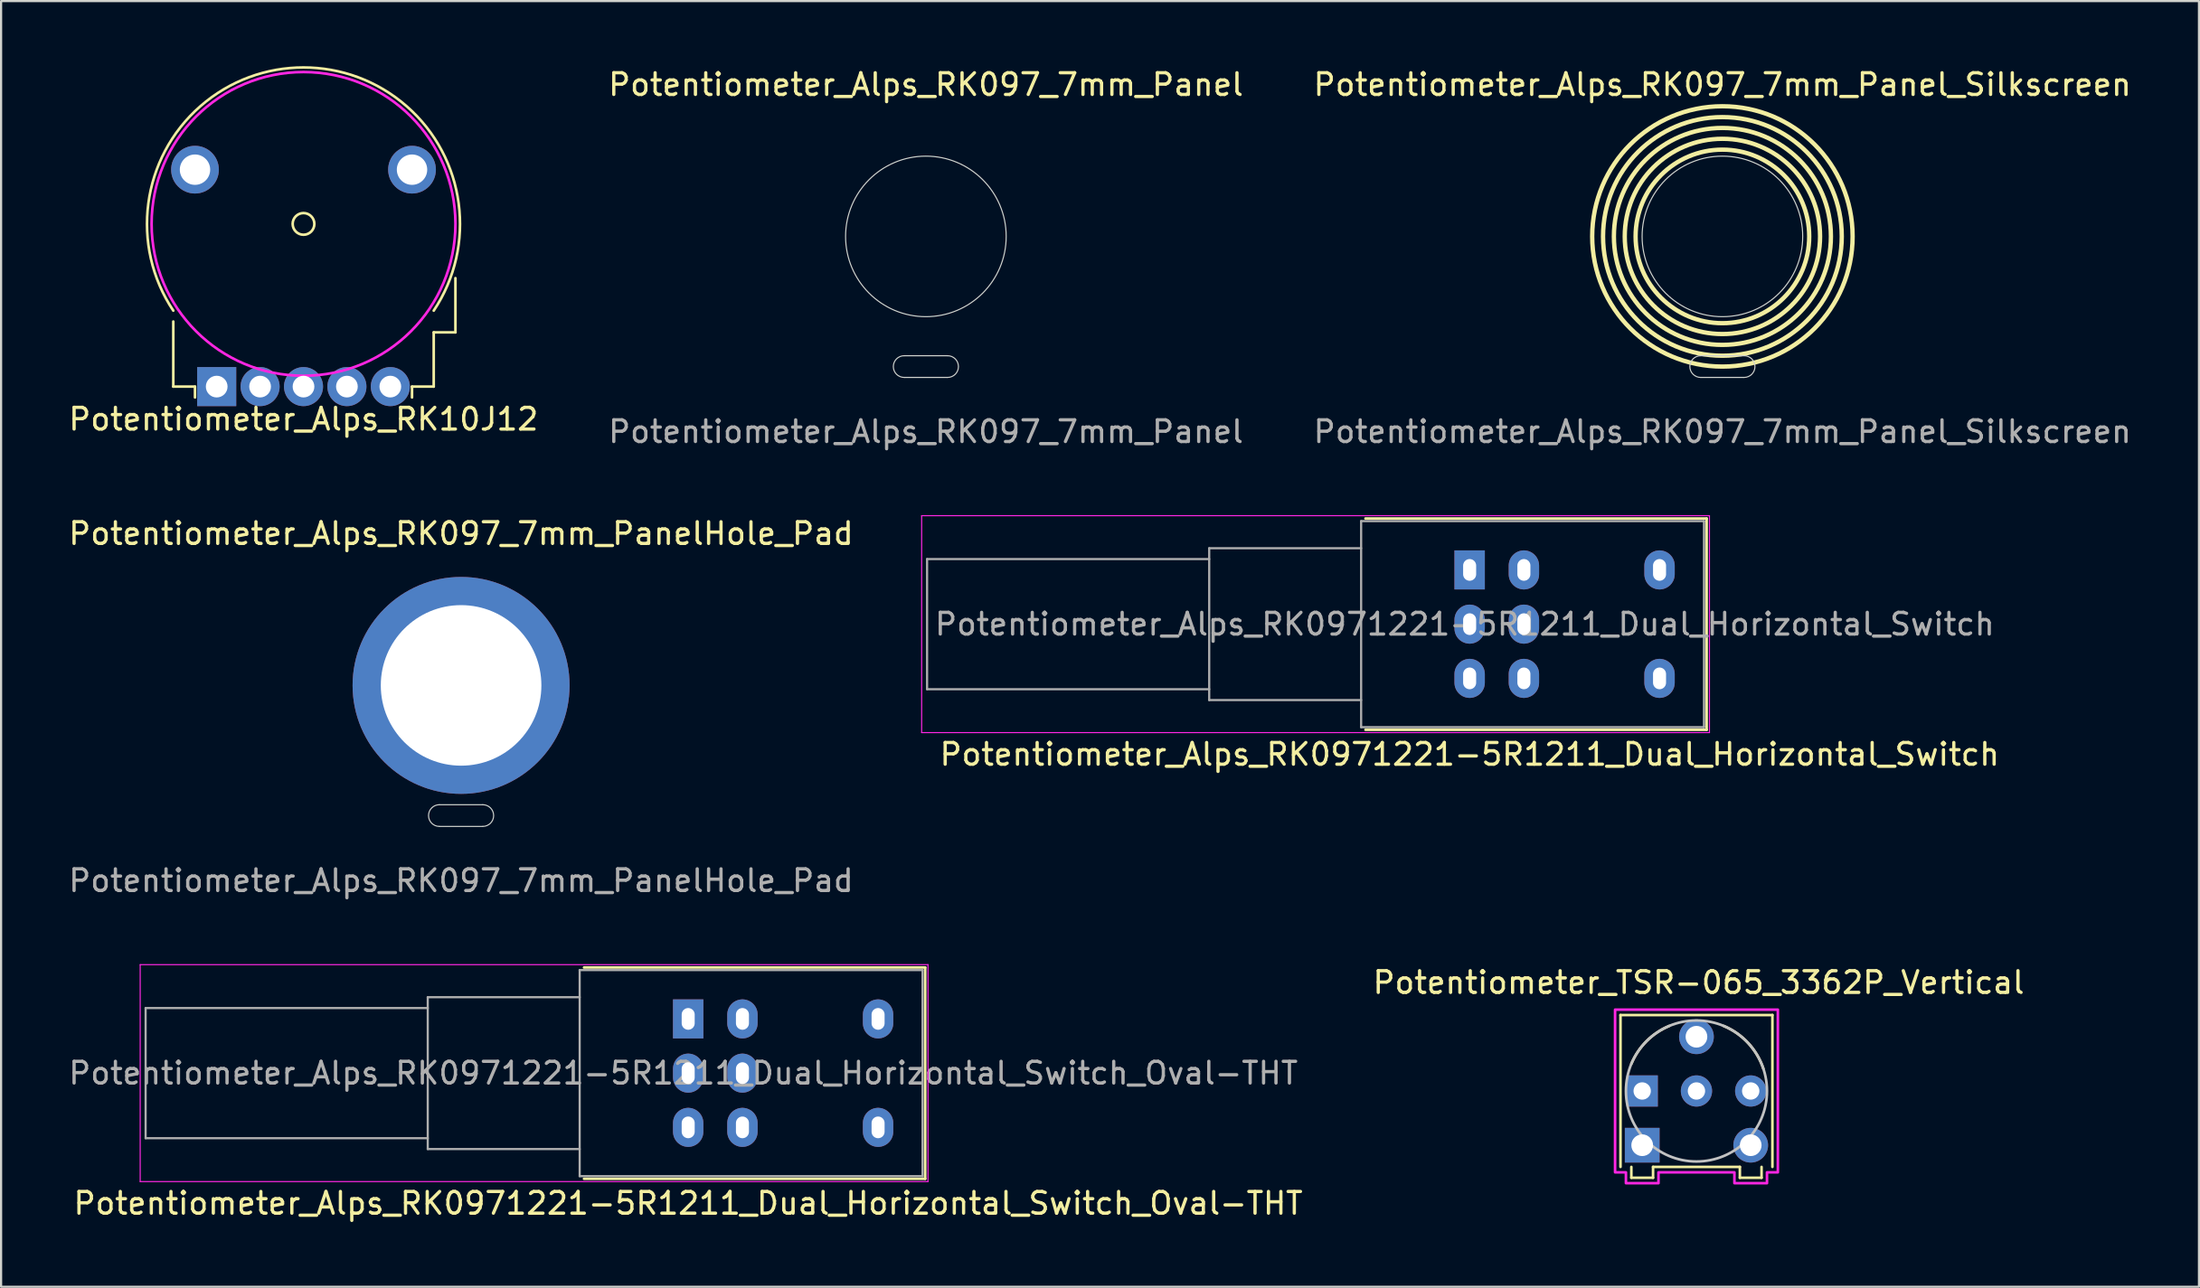
<source format=kicad_pcb>
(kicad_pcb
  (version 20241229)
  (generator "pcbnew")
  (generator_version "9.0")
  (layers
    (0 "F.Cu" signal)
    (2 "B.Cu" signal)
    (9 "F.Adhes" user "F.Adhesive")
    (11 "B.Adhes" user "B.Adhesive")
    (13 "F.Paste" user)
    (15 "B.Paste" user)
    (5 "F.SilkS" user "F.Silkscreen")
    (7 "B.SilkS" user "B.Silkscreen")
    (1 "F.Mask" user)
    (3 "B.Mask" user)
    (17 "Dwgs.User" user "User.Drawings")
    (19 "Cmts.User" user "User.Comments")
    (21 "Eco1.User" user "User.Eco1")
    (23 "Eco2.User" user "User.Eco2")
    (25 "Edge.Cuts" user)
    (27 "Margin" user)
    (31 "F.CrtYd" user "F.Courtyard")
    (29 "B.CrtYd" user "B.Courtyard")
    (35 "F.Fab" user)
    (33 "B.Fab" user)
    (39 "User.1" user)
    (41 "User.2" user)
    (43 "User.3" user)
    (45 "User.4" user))
  (footprint "Potentiometer_Alps_RK0971221-5R1211_Dual_Horizontal_Switch"
    (layer "F.Cu")
    (at 59.668 25.721)
    (property "Reference" "Potentiometer_Alps_RK0971221-5R1211_Dual_Horizontal_Switch" (at 5 6 180) (layer "F.SilkS") (effects (font (size 1 1) (thickness 0.15))))
    (attr through_hole)
    (fp_line (start 15.921 -4.87) (end 0.2 -4.87) (stroke (width 0.12) (type solid)) (layer "F.SilkS"))
    (fp_line (start 15.921 4.87) (end 0.2 4.87) (stroke (width 0.12) (type solid)) (layer "F.SilkS"))
    (fp_line (start 15.921 4.87) (end 15.921 -4.87) (stroke (width 0.12) (type solid)) (layer "F.SilkS"))
    (fp_line (start -20.25 -5) (end -20.25 5) (stroke (width 0.05) (type solid)) (layer "F.CrtYd"))
    (fp_line (start -20.25 5) (end 16.05 5) (stroke (width 0.05) (type solid)) (layer "F.CrtYd"))
    (fp_line (start 16.05 -5) (end -20.25 -5) (stroke (width 0.05) (type solid)) (layer "F.CrtYd"))
    (fp_line (start 16.05 5) (end 16.05 -5) (stroke (width 0.05) (type solid)) (layer "F.CrtYd"))
    (fp_line (start -20 -3) (end -20 3) (stroke (width 0.1) (type solid)) (layer "F.Fab"))
    (fp_line (start -20 3) (end -7 3) (stroke (width 0.1) (type solid)) (layer "F.Fab"))
    (fp_line (start -7 -3.5) (end -7 3.5) (stroke (width 0.1) (type solid)) (layer "F.Fab"))
    (fp_line (start -7 -3) (end -20 -3) (stroke (width 0.1) (type solid)) (layer "F.Fab"))
    (fp_line (start -7 3.5) (end 0 3.5) (stroke (width 0.1) (type solid)) (layer "F.Fab"))
    (fp_line (start 0 -4.75) (end 0 4.75) (stroke (width 0.1) (type solid)) (layer "F.Fab"))
    (fp_line (start 0 -3.5) (end -7 -3.5) (stroke (width 0.1) (type solid)) (layer "F.Fab"))
    (fp_line (start 0 4.75) (end 15.8 4.75) (stroke (width 0.1) (type solid)) (layer "F.Fab"))
    (fp_line (start 15.8 -4.75) (end 0 -4.75) (stroke (width 0.1) (type solid)) (layer "F.Fab"))
    (fp_line (start 15.8 4.75) (end 15.8 -4.75) (stroke (width 0.1) (type solid)) (layer "F.Fab"))
    (fp_text user "${REFERENCE}" (at 4.775 0 180) (layer "F.Fab") (effects (font (size 1 1) (thickness 0.15))))
    (pad "1" thru_hole rect (at 5 -2.5 180) (size 1.4 1.8) (drill oval 0.6 1) (layers "*.Cu" "*.Mask"))
    (pad "2" thru_hole oval (at 5 0 180) (size 1.4 1.8) (drill oval 0.6 1) (layers "*.Cu" "*.Mask"))
    (pad "3" thru_hole oval (at 5 2.5 180) (size 1.4 1.8) (drill oval 0.6 1) (layers "*.Cu" "*.Mask"))
    (pad "4" thru_hole oval (at 7.5 -2.5 180) (size 1.4 1.8) (drill oval 0.6 1) (layers "*.Cu" "*.Mask"))
    (pad "5" thru_hole oval (at 7.5 0 180) (size 1.4 1.8) (drill oval 0.6 1) (layers "*.Cu" "*.Mask"))
    (pad "6" thru_hole oval (at 7.5 2.5 180) (size 1.4 1.8) (drill oval 0.6 1) (layers "*.Cu" "*.Mask"))
    (pad "7" thru_hole oval (at 13.75 -2.5 180) (size 1.4 1.8) (drill oval 0.6 1) (layers "*.Cu" "*.Mask"))
    (pad "8" thru_hole oval (at 13.75 2.5 180) (size 1.4 1.8) (drill oval 0.6 1) (layers "*.Cu" "*.Mask")))
  (footprint "Potentiometer_Alps_RK0971221-5R1211_Dual_Horizontal_Switch_Oval-THT"
    (layer "F.Cu")
    (at 23.66 46.418)
    (property "Reference" "Potentiometer_Alps_RK0971221-5R1211_Dual_Horizontal_Switch_Oval-THT" (at 5 6 180) (layer "F.SilkS") (effects (font (size 1 1) (thickness 0.15))))
    (attr through_hole)
    (fp_line (start 15.921 -4.87) (end 0.2 -4.87) (stroke (width 0.12) (type solid)) (layer "F.SilkS"))
    (fp_line (start 15.921 4.87) (end 0.2 4.87) (stroke (width 0.12) (type solid)) (layer "F.SilkS"))
    (fp_line (start 15.921 4.87) (end 15.921 -4.87) (stroke (width 0.12) (type solid)) (layer "F.SilkS"))
    (fp_line (start -20.25 -5) (end -20.25 5) (stroke (width 0.05) (type solid)) (layer "F.CrtYd"))
    (fp_line (start -20.25 5) (end 16.05 5) (stroke (width 0.05) (type solid)) (layer "F.CrtYd"))
    (fp_line (start 16.05 -5) (end -20.25 -5) (stroke (width 0.05) (type solid)) (layer "F.CrtYd"))
    (fp_line (start 16.05 5) (end 16.05 -5) (stroke (width 0.05) (type solid)) (layer "F.CrtYd"))
    (fp_line (start -20 -3) (end -20 3) (stroke (width 0.1) (type solid)) (layer "F.Fab"))
    (fp_line (start -20 3) (end -7 3) (stroke (width 0.1) (type solid)) (layer "F.Fab"))
    (fp_line (start -7 -3.5) (end -7 3.5) (stroke (width 0.1) (type solid)) (layer "F.Fab"))
    (fp_line (start -7 -3) (end -20 -3) (stroke (width 0.1) (type solid)) (layer "F.Fab"))
    (fp_line (start -7 3.5) (end 0 3.5) (stroke (width 0.1) (type solid)) (layer "F.Fab"))
    (fp_line (start 0 -4.75) (end 0 4.75) (stroke (width 0.1) (type solid)) (layer "F.Fab"))
    (fp_line (start 0 -3.5) (end -7 -3.5) (stroke (width 0.1) (type solid)) (layer "F.Fab"))
    (fp_line (start 0 4.75) (end 15.8 4.75) (stroke (width 0.1) (type solid)) (layer "F.Fab"))
    (fp_line (start 15.8 -4.75) (end 0 -4.75) (stroke (width 0.1) (type solid)) (layer "F.Fab"))
    (fp_line (start 15.8 4.75) (end 15.8 -4.75) (stroke (width 0.1) (type solid)) (layer "F.Fab"))
    (fp_text user "${REFERENCE}" (at 4.775 0 180) (layer "F.Fab") (effects (font (size 1 1) (thickness 0.15))))
    (pad "1" thru_hole rect (at 5 -2.5 180) (size 1.4 1.8) (drill oval 0.6 1) (layers "*.Cu" "*.Mask"))
    (pad "2" thru_hole oval (at 5 0 180) (size 1.4 1.8) (drill oval 0.6 1) (layers "*.Cu" "*.Mask"))
    (pad "3" thru_hole oval (at 5 2.5 180) (size 1.4 1.8) (drill oval 0.6 1) (layers "*.Cu" "*.Mask"))
    (pad "4" thru_hole oval (at 7.5 -2.5 180) (size 1.4 1.8) (drill oval 0.6 1) (layers "*.Cu" "*.Mask"))
    (pad "5" thru_hole oval (at 7.5 0 180) (size 1.4 1.8) (drill oval 0.6 1) (layers "*.Cu" "*.Mask"))
    (pad "6" thru_hole oval (at 7.5 2.5 180) (size 1.4 1.8) (drill oval 0.6 1) (layers "*.Cu" "*.Mask"))
    (pad "7" thru_hole oval (at 13.75 -2.5 180) (size 1.4 1.8) (drill oval 0.6 1) (layers "*.Cu" "*.Mask"))
    (pad "8" thru_hole oval (at 13.75 2.5 180) (size 1.4 1.8) (drill oval 0.6 1) (layers "*.Cu" "*.Mask")))
  (footprint "Potentiometer_Alps_RK10J12"
    (layer "F.Cu")
    (at 6.935 14.771)
    (property "Reference" "Potentiometer_Alps_RK10J12" (at 4 1.5 0) (layer "F.SilkS") (effects (font (size 1 1) (thickness 0.15))))
    (attr through_hole)
    (fp_line (start -2 -3) (end -2 0) (stroke (width 0.12) (type solid)) (layer "F.SilkS"))
    (fp_line (start -2 0) (end -1 0) (stroke (width 0.12) (type solid)) (layer "F.SilkS"))
    (fp_line (start -1 0) (end -1 0.5) (stroke (width 0.12) (type solid)) (layer "F.SilkS"))
    (fp_line (start 9 0) (end 10 0) (stroke (width 0.12) (type solid)) (layer "F.SilkS"))
    (fp_line (start 9 0.5) (end 9 0) (stroke (width 0.12) (type solid)) (layer "F.SilkS"))
    (fp_line (start 10 0) (end 10 -2.5) (stroke (width 0.12) (type solid)) (layer "F.SilkS"))
    (fp_line (start 11 -5) (end 11 -2.5) (stroke (width 0.12) (type solid)) (layer "F.SilkS"))
    (fp_line (start 11 -2.5) (end 10 -2.5) (stroke (width 0.12) (type solid)) (layer "F.SilkS"))
    (fp_arc (start -1.999999 -3.500001) (mid 4 -14.711101) (end 9.999999 -3.500001) (stroke (width 0.12) (type solid)) (layer "F.SilkS"))
    (fp_circle (center 4 -7.5) (end 4.5 -7.5) (stroke (width 0.12) (type solid)) (fill no) (layer "F.SilkS"))
    (fp_circle (center 4 -7.5) (end 11 -7.5) (stroke (width 0.12) (type solid)) (fill no) (layer "F.CrtYd"))
    (pad "" thru_hole circle (at -1 -10) (size 2.2 2.2) (drill 1.4) (layers "*.Cu" "*.Mask"))
    (pad "" thru_hole circle (at 9 -10) (size 2.2 2.2) (drill 1.4) (layers "*.Cu" "*.Mask"))
    (pad "1" thru_hole rect (at 0 0) (size 1.8 1.8) (drill 1) (layers "*.Cu" "*.Mask"))
    (pad "2" thru_hole circle (at 2 0) (size 1.8 1.8) (drill 1) (layers "*.Cu" "*.Mask"))
    (pad "3" thru_hole circle (at 4 0) (size 1.8 1.8) (drill 1) (layers "*.Cu" "*.Mask"))
    (pad "4" thru_hole circle (at 6 0) (size 1.8 1.8) (drill 1) (layers "*.Cu" "*.Mask"))
    (pad "5" thru_hole circle (at 8 0) (size 1.8 1.8) (drill 1) (layers "*.Cu" "*.Mask")))
  (footprint "Potentiometer_Alps_RK097_7mm_PanelHole_Pad"
    (layer "F.Cu")
    (at 18.196 35.045)
    (property "Reference" "Potentiometer_Alps_RK097_7mm_PanelHole_Pad" (at 0 -13.5 0) (unlocked yes) (layer "F.SilkS") (effects (font (size 1 1) (thickness 0.15))))
    (attr board_only exclude_from_pos_files exclude_from_bom)
    (fp_circle (center 0 -6.5) (end 6 -6.5) (stroke (width 0.1) (type solid)) (fill yes) (layer "F.Mask"))
    (fp_line (start -1 0) (end 1 0) (stroke (width 0.05) (type default)) (layer "Edge.Cuts"))
    (fp_line (start 1 -1) (end -1 -1) (stroke (width 0.05) (type default)) (layer "Edge.Cuts"))
    (fp_arc (start -1 0) (mid -1.5 -0.5) (end -1 -1) (stroke (width 0.05) (type default)) (layer "Edge.Cuts"))
    (fp_arc (start 1 -1) (mid 1.5 -0.5) (end 1 0) (stroke (width 0.05) (type default)) (layer "Edge.Cuts"))
    (fp_text user "${REFERENCE}" (at 0 2.5 0) (unlocked yes) (layer "F.Fab") (effects (font (size 1 1) (thickness 0.15))))
    (pad "1" thru_hole circle (at 0 -6.5) (size 10 10) (drill 7.4) (layers "*.Cu" "*.Mask")))
  (footprint "Potentiometer_Alps_RK097_7mm_Panel"
    (layer "F.Cu")
    (at 39.613 14.348)
    (property "Reference" "Potentiometer_Alps_RK097_7mm_Panel" (at 0 -13.5 0) (unlocked yes) (layer "F.SilkS") (effects (font (size 1 1) (thickness 0.15))))
    (attr board_only exclude_from_pos_files exclude_from_bom)
    (fp_circle (center 0 -6.5) (end 6 -6.5) (stroke (width 0.1) (type solid)) (fill yes) (layer "F.Mask"))
    (fp_line (start -1 0) (end 1 0) (stroke (width 0.05) (type default)) (layer "Edge.Cuts"))
    (fp_line (start 1 -1) (end -1 -1) (stroke (width 0.05) (type default)) (layer "Edge.Cuts"))
    (fp_arc (start -1 0) (mid -1.5 -0.5) (end -1 -1) (stroke (width 0.05) (type default)) (layer "Edge.Cuts"))
    (fp_arc (start 1 -1) (mid 1.5 -0.5) (end 1 0) (stroke (width 0.05) (type default)) (layer "Edge.Cuts"))
    (fp_circle (center 0 -6.5) (end 3.7 -6.5) (stroke (width 0.05) (type default)) (fill no) (layer "Edge.Cuts"))
    (fp_text user "${REFERENCE}" (at 0 2.5 0) (unlocked yes) (layer "F.Fab") (effects (font (size 1 1) (thickness 0.15)))))
  (footprint "Potentiometer_Alps_RK097_7mm_Panel_Silkscreen"
    (layer "F.Cu")
    (at 76.315 14.348)
    (property "Reference" "Potentiometer_Alps_RK097_7mm_Panel_Silkscreen" (at 0 -13.5 0) (unlocked yes) (layer "F.SilkS") (effects (font (size 1 1) (thickness 0.15))))
    (attr board_only exclude_from_pos_files exclude_from_bom)
    (fp_circle (center 0 -6.5) (end 4 -6.5) (stroke (width 0.2) (type solid)) (fill no) (layer "F.SilkS"))
    (fp_circle (center 0 -6.5) (end 4.5 -6.5) (stroke (width 0.2) (type solid)) (fill no) (layer "F.SilkS"))
    (fp_circle (center 0 -6.5) (end 5 -6.5) (stroke (width 0.2) (type solid)) (fill no) (layer "F.SilkS"))
    (fp_circle (center 0 -6.5) (end 5.5 -6.5) (stroke (width 0.2) (type solid)) (fill no) (layer "F.SilkS"))
    (fp_circle (center 0 -6.5) (end 6 -6.5) (stroke (width 0.2) (type solid)) (fill no) (layer "F.SilkS"))
    (fp_line (start -1 0) (end 1 0) (stroke (width 0.05) (type default)) (layer "Edge.Cuts"))
    (fp_line (start 1 -1) (end -1 -1) (stroke (width 0.05) (type default)) (layer "Edge.Cuts"))
    (fp_arc (start -1 0) (mid -1.5 -0.5) (end -1 -1) (stroke (width 0.05) (type default)) (layer "Edge.Cuts"))
    (fp_arc (start 1 -1) (mid 1.5 -0.5) (end 1 0) (stroke (width 0.05) (type default)) (layer "Edge.Cuts"))
    (fp_circle (center 0 -6.5) (end 3.7 -6.5) (stroke (width 0.05) (type default)) (fill no) (layer "Edge.Cuts"))
    (fp_text user "${REFERENCE}" (at 0 2.5 0) (unlocked yes) (layer "F.Fab") (effects (font (size 1 1) (thickness 0.15)))))
  (footprint "Potentiometer_TSR-065_3362P_Vertical"
    (layer "F.Cu")
    (at 72.619 49.741)
    (property "Reference" "Potentiometer_TSR-065_3362P_Vertical" (at 2.6 -7.5 0) (layer "F.SilkS") (effects (font (size 1 1) (thickness 0.15))))
    (attr through_hole)
    (fp_line (start -1 -6) (end 6 -6) (stroke (width 0.12) (type solid)) (layer "F.SilkS"))
    (fp_line (start -1 1) (end -1 -6) (stroke (width 0.12) (type solid)) (layer "F.SilkS"))
    (fp_line (start -0.5 1) (end -0.5 1.5) (stroke (width 0.12) (type solid)) (layer "F.SilkS"))
    (fp_line (start -0.5 1.5) (end 0.5 1.5) (stroke (width 0.12) (type solid)) (layer "F.SilkS"))
    (fp_line (start 0.5 1) (end 4.5 1) (stroke (width 0.12) (type solid)) (layer "F.SilkS"))
    (fp_line (start 0.5 1.5) (end 0.5 1) (stroke (width 0.12) (type solid)) (layer "F.SilkS"))
    (fp_line (start 4.5 1) (end 4.5 1.5) (stroke (width 0.12) (type solid)) (layer "F.SilkS"))
    (fp_line (start 4.5 1.5) (end 5.5 1.5) (stroke (width 0.12) (type solid)) (layer "F.SilkS"))
    (fp_line (start 5.5 1.5) (end 5.5 1) (stroke (width 0.12) (type solid)) (layer "F.SilkS"))
    (fp_line (start 6 -6) (end 6 1) (stroke (width 0.12) (type solid)) (layer "F.SilkS"))
    (fp_arc (start -0.5 -3.75) (mid 0.201903 -4.798097) (end 1.25 -5.5) (stroke (width 0.12) (type solid)) (layer "F.SilkS"))
    (fp_arc (start 3.75 -5.5) (mid 4.880473 -4.712656) (end 5.583221 -3.52774) (stroke (width 0.12) (type solid)) (layer "F.SilkS"))
    (fp_circle (center 2.5 -2.5) (end 5.75 -2.5) (stroke (width 0.12) (type solid)) (fill no) (layer "Dwgs.User"))
    (fp_poly (pts (xy 6.25 1.25) (xy 5.75 1.25) (xy 5.75 1.75) (xy 4.25 1.75) (xy 4.25 1.25) (xy 0.75 1.25) (xy 0.75 1.75) (xy -0.75 1.75) (xy -0.75 1.25) (xy -1.25 1.25) (xy -1.25 -6.25) (xy 6.25 -6.25)) (stroke (width 0.12) (type solid)) (fill no) (layer "F.CrtYd"))
    (pad "1" thru_hole rect (at 0 -2.5) (size 1.44 1.44) (drill 0.8) (layers "*.Cu" "*.Mask"))
    (pad "1" thru_hole rect (at 0 0) (size 1.6 1.6) (drill 1) (layers "*.Cu" "*.Mask"))
    (pad "2" thru_hole circle (at 2.5 -5) (size 1.6 1.6) (drill 1) (layers "*.Cu" "*.Mask"))
    (pad "2" thru_hole circle (at 2.5 -2.5) (size 1.44 1.44) (drill 0.8) (layers "*.Cu" "*.Mask"))
    (pad "3" thru_hole circle (at 5 -2.5) (size 1.44 1.44) (drill 0.8) (layers "*.Cu" "*.Mask"))
    (pad "3" thru_hole circle (at 5 0) (size 1.6 1.6) (drill 1) (layers "*.Cu" "*.Mask")))
  (gr_rect
    (start -3 -3)
    (end 98.274 56.266)
    (stroke (width 0.1) (type default))
    (fill no)
    (layer "Edge.Cuts")))
</source>
